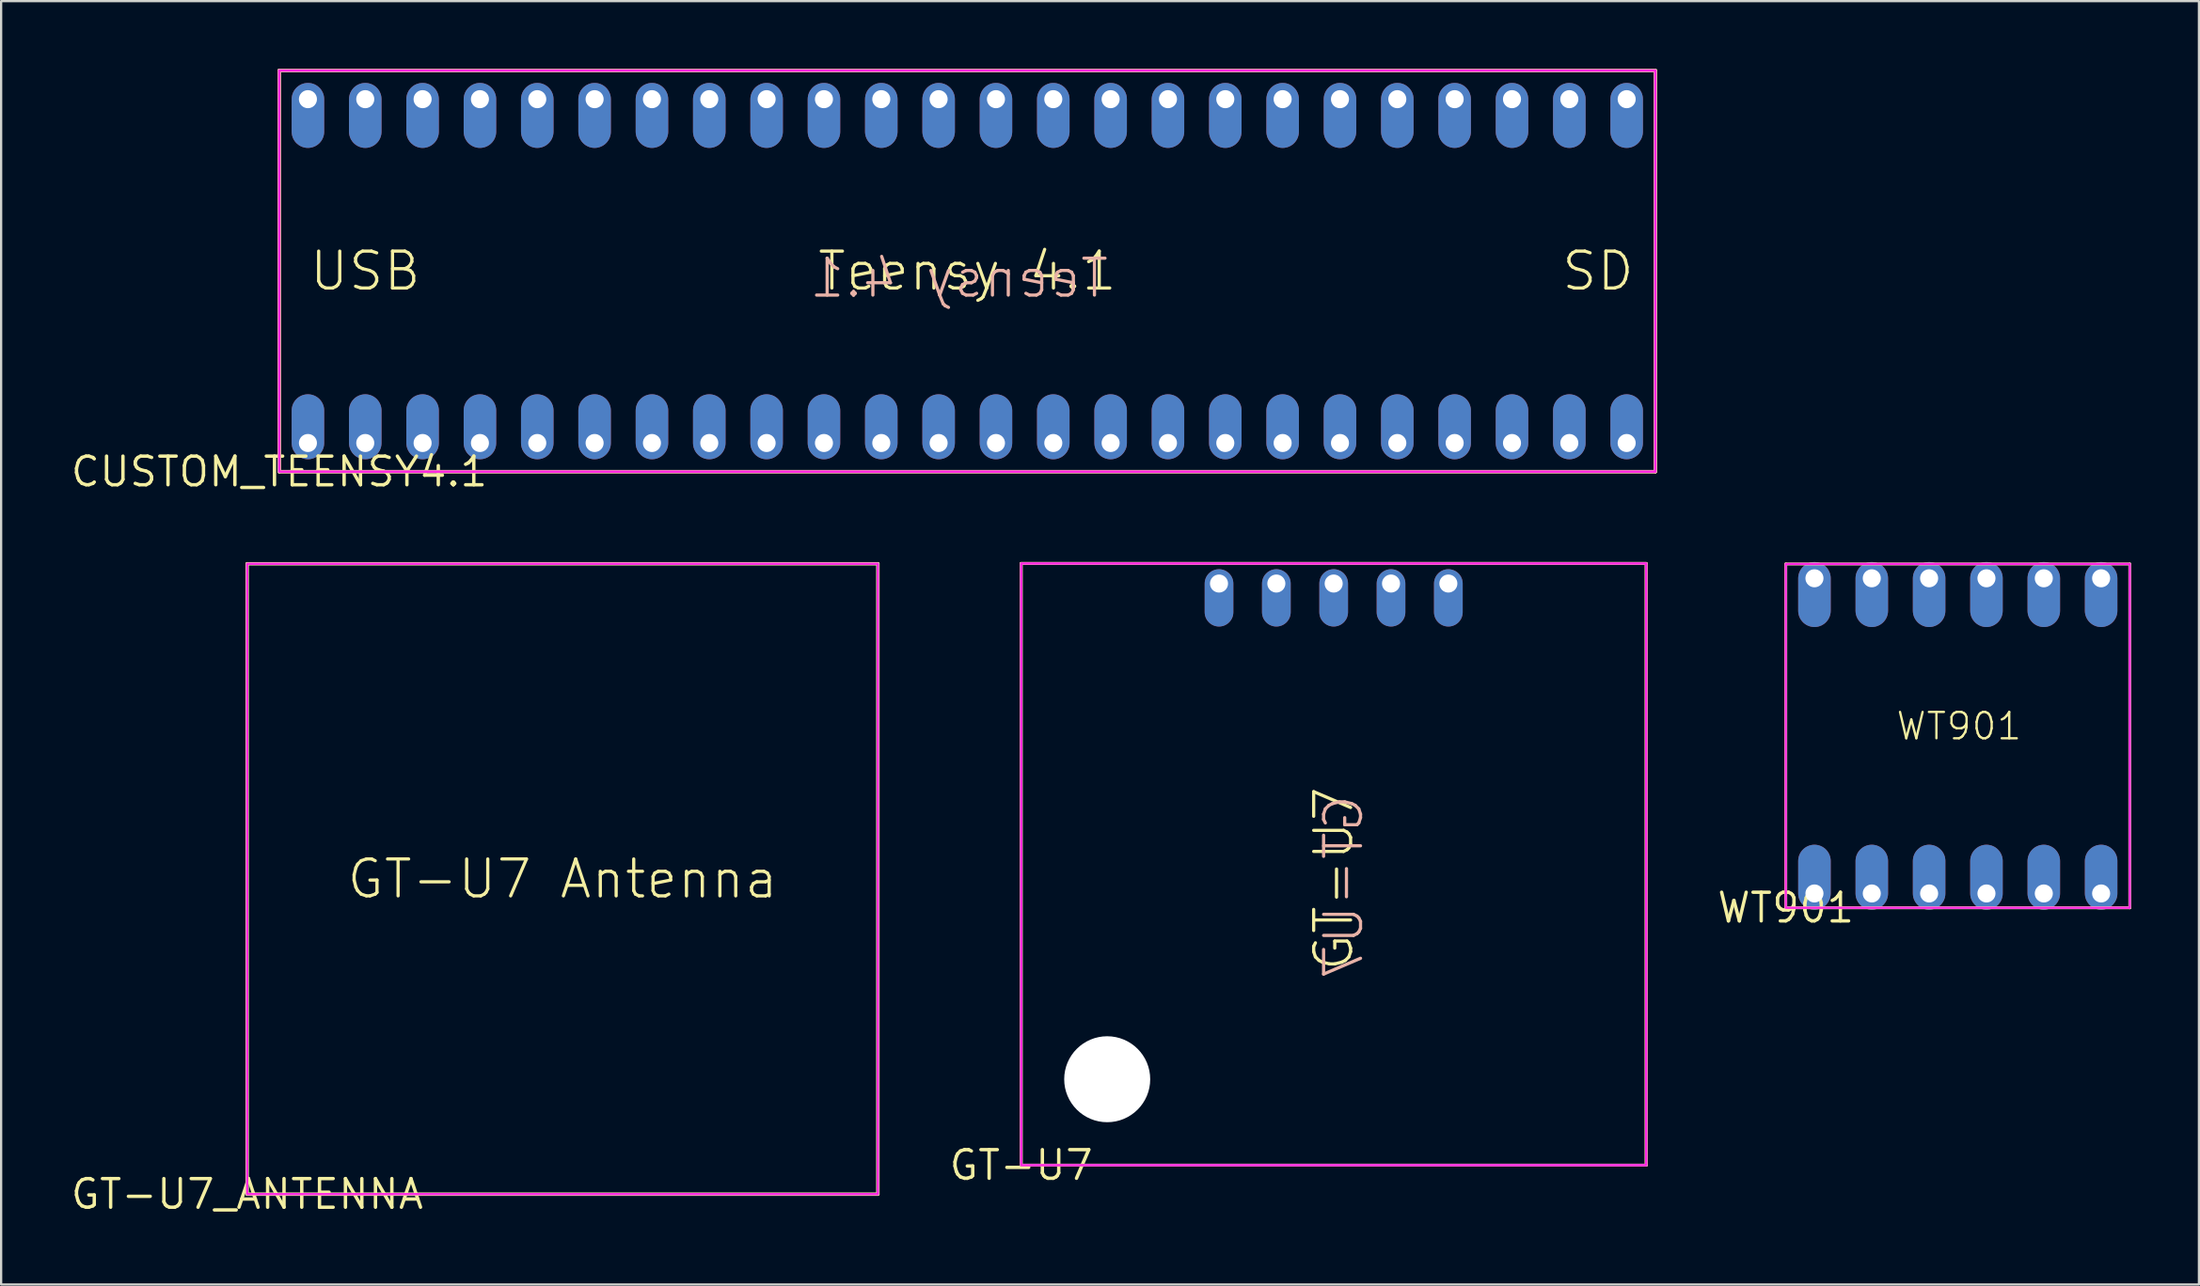
<source format=kicad_pcb>
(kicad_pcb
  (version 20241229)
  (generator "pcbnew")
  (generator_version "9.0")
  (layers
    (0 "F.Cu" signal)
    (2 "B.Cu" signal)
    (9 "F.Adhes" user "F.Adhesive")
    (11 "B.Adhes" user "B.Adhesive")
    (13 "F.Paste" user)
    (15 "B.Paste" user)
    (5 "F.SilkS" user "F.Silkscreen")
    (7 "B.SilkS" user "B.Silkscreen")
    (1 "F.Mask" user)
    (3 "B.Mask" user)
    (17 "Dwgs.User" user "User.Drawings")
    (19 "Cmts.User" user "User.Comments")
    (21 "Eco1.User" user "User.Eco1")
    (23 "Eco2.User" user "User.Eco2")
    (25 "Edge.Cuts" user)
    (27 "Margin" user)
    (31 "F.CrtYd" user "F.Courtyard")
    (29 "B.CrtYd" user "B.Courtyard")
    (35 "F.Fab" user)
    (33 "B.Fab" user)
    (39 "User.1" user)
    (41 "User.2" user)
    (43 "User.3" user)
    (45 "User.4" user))
  (footprint "GT-U7"
    (layer "F.Cu")
    (at 42.189 48.596)
    (property "Reference" "GT-U7" (at 0 0 0) (layer "F.SilkS") (effects (font (size 1.27 1.27) (thickness 0.15))))
    (fp_line (start 0 -26.67) (end 27.686 -26.67) (stroke (width 0.127) (type solid)) (layer "F.SilkS"))
    (fp_line (start 0 0) (end 0 -26.67) (stroke (width 0.127) (type solid)) (layer "F.SilkS"))
    (fp_line (start 27.686 -26.67) (end 27.686 0) (stroke (width 0.127) (type solid)) (layer "F.SilkS"))
    (fp_line (start 27.686 0) (end 0 0) (stroke (width 0.127) (type solid)) (layer "F.SilkS"))
    (fp_line (start 0 -26.67) (end 27.686 -26.67) (stroke (width 0.127) (type solid)) (layer "B.SilkS"))
    (fp_line (start 0 0) (end 0 -26.67) (stroke (width 0.127) (type solid)) (layer "B.SilkS"))
    (fp_line (start 27.686 -26.67) (end 27.686 0) (stroke (width 0.127) (type solid)) (layer "B.SilkS"))
    (fp_line (start 27.686 0) (end 0 0) (stroke (width 0.127) (type solid)) (layer "B.SilkS"))
    (fp_poly (pts (xy 0 0) (xy 27.686 0) (xy 27.686 -26.67) (xy 0 -26.67)) (stroke (width 0.1) (type default)) (fill no) (layer "F.CrtYd"))
    (fp_text user "GT-U7" (at 13.843 -12.7 270) (layer "F.SilkS") (effects (font (size 1.636 1.636) (thickness 0.142))))
    (fp_text user "GT-U7" (at 15.24 -16.51 90) (unlocked yes) (layer "B.SilkS") (effects (font (size 1.636 1.636) (thickness 0.142)) (justify left bottom mirror)))
    (pad "" np_thru_hole circle (at 3.81 -3.81) (size 3.81 3.81) (drill 3.81) (layers "*.Cu" "*.Mask"))
    (pad "GND" thru_hole oval (at 11.303 -25.781 270) (size 2.54 1.27) (drill 0.8 (offset 0.635 0)) (layers "*.Cu" "*.Mask"))
    (pad "RX" thru_hole oval (at 13.843 -25.781 270) (size 2.54 1.27) (drill 0.8 (offset 0.635 0)) (layers "*.Cu" "*.Mask"))
    (pad "TX" thru_hole oval (at 16.383 -25.781 270) (size 2.54 1.27) (drill 0.8 (offset 0.635 0)) (layers "*.Cu" "*.Mask"))
    (pad "U" thru_hole oval (at 18.923 -25.781 270) (size 2.54 1.27) (drill 0.8 (offset 0.635 0)) (layers "*.Cu" "*.Mask"))
    (pad "VCC" thru_hole oval (at 8.763 -25.781 270) (size 2.54 1.27) (drill 0.8 (offset 0.635 0)) (layers "*.Cu" "*.Mask")))
  (footprint "GT-U7_ANTENNA"
    (layer "F.Cu")
    (at 7.899 49.879)
    (property "Reference" "GT-U7_ANTENNA" (at 0 0 0) (layer "F.SilkS") (effects (font (size 1.27 1.27) (thickness 0.15))))
    (fp_line (start 0 -27.94) (end 27.94 -27.94) (stroke (width 0.152) (type solid)) (layer "F.SilkS"))
    (fp_line (start 0 0) (end 0 -27.94) (stroke (width 0.152) (type solid)) (layer "F.SilkS"))
    (fp_line (start 27.94 -27.94) (end 27.94 0) (stroke (width 0.152) (type solid)) (layer "F.SilkS"))
    (fp_line (start 27.94 0) (end 0 0) (stroke (width 0.152) (type solid)) (layer "F.SilkS"))
    (fp_poly (pts (xy 0 0) (xy 27.94 0) (xy 27.94 -27.94) (xy 0 -27.94)) (stroke (width 0.1) (type default)) (fill no) (layer "F.CrtYd"))
    (fp_text user "GT-U7 Antenna" (at 13.97 -13.97 0) (layer "F.SilkS") (effects (font (size 1.636 1.636) (thickness 0.142)))))
  (footprint "WT901"
    (layer "F.Cu")
    (at 76.06 37.187)
    (property "Reference" "WT901" (at 0 0 0) (layer "F.SilkS") (effects (font (size 1.27 1.27) (thickness 0.15))))
    (fp_line (start 0 -15.24) (end 0 0) (stroke (width 0.127) (type solid)) (layer "F.SilkS"))
    (fp_line (start 0 0) (end 15.24 0) (stroke (width 0.127) (type solid)) (layer "F.SilkS"))
    (fp_line (start 15.24 -15.24) (end 0 -15.24) (stroke (width 0.127) (type solid)) (layer "F.SilkS"))
    (fp_line (start 15.24 0) (end 15.24 -15.24) (stroke (width 0.127) (type solid)) (layer "F.SilkS"))
    (fp_poly (pts (xy 0 0) (xy 15.24 0) (xy 15.24 -15.24) (xy 0 -15.24)) (stroke (width 0.1) (type default)) (fill no) (layer "F.CrtYd"))
    (fp_text user "WT901" (at 4.826 -7.366 0) (layer "F.SilkS") (effects (font (size 1.168 1.168) (thickness 0.102)) (justify left bottom)))
    (pad "D0" thru_hole oval (at 13.97 -14.605 270) (size 2.88 1.44) (drill 0.8 (offset 0.72 0)) (layers "*.Cu" "*.Mask"))
    (pad "D1" thru_hole oval (at 1.27 -14.605 270) (size 2.88 1.44) (drill 0.8 (offset 0.72 0)) (layers "*.Cu" "*.Mask"))
    (pad "D2" thru_hole oval (at 13.97 -0.635 90) (size 2.88 1.44) (drill 0.8 (offset 0.72 0)) (layers "*.Cu" "*.Mask"))
    (pad "D3" thru_hole oval (at 1.27 -0.635 90) (size 2.88 1.44) (drill 0.8 (offset 0.72 0)) (layers "*.Cu" "*.Mask"))
    (pad "GND1" thru_hole oval (at 3.81 -14.605 270) (size 2.88 1.44) (drill 0.8 (offset 0.72 0)) (layers "*.Cu" "*.Mask"))
    (pad "GND2" thru_hole oval (at 3.81 -0.635 90) (size 2.88 1.44) (drill 0.8 (offset 0.72 0)) (layers "*.Cu" "*.Mask"))
    (pad "RX" thru_hole oval (at 8.89 -14.605 270) (size 2.88 1.44) (drill 0.8 (offset 0.72 0)) (layers "*.Cu" "*.Mask"))
    (pad "SCL" thru_hole oval (at 8.89 -0.635 90) (size 2.88 1.44) (drill 0.8 (offset 0.72 0)) (layers "*.Cu" "*.Mask"))
    (pad "SDA" thru_hole oval (at 6.35 -0.635 90) (size 2.88 1.44) (drill 0.8 (offset 0.72 0)) (layers "*.Cu" "*.Mask"))
    (pad "TX" thru_hole oval (at 6.35 -14.605 270) (size 2.88 1.44) (drill 0.8 (offset 0.72 0)) (layers "*.Cu" "*.Mask"))
    (pad "VCC1" thru_hole oval (at 11.43 -14.605 270) (size 2.88 1.44) (drill 0.8 (offset 0.72 0)) (layers "*.Cu" "*.Mask"))
    (pad "VCC2" thru_hole oval (at 11.43 -0.635 90) (size 2.88 1.44) (drill 0.8 (offset 0.72 0)) (layers "*.Cu" "*.Mask")))
  (footprint "CUSTOM_TEENSY4.1"
    (layer "F.Cu")
    (at 9.321 17.856)
    (property "Reference" "CUSTOM_TEENSY4.1" (at 0 0 0) (layer "F.SilkS") (effects (font (size 1.27 1.27) (thickness 0.15))))
    (fp_line (start 0 -17.78) (end 0 0) (stroke (width 0.152) (type solid)) (layer "F.SilkS"))
    (fp_line (start 0 0) (end 60.96 0) (stroke (width 0.152) (type solid)) (layer "F.SilkS"))
    (fp_line (start 60.96 -17.78) (end 0 -17.78) (stroke (width 0.152) (type solid)) (layer "F.SilkS"))
    (fp_line (start 60.96 0) (end 60.96 -17.78) (stroke (width 0.152) (type solid)) (layer "F.SilkS"))
    (fp_line (start 0 -17.78) (end 0 0) (stroke (width 0.152) (type solid)) (layer "B.SilkS"))
    (fp_line (start 0 0) (end 60.96 0) (stroke (width 0.152) (type solid)) (layer "B.SilkS"))
    (fp_line (start 60.96 -17.78) (end 0 -17.78) (stroke (width 0.152) (type solid)) (layer "B.SilkS"))
    (fp_line (start 60.96 0) (end 60.96 -17.78) (stroke (width 0.152) (type solid)) (layer "B.SilkS"))
    (fp_poly (pts (xy 0 0) (xy 60.96 0) (xy 60.96 -17.78) (xy 0 -17.78)) (stroke (width 0.1) (type default)) (fill no) (layer "F.CrtYd"))
    (fp_text user "Teensy 4.1" (at 30.48 -8.89 0) (layer "F.SilkS") (effects (font (size 1.636 1.636) (thickness 0.142))))
    (fp_text user "SD" (at 58.42 -8.89 0) (layer "F.SilkS") (effects (font (size 1.636 1.636) (thickness 0.142))))
    (fp_text user "USB" (at 3.81 -8.89 0) (layer "F.SilkS") (effects (font (size 1.636 1.636) (thickness 0.142))))
    (fp_text user "Teensy 4.1" (at 36.83 -7.62 0) (unlocked yes) (layer "B.SilkS") (effects (font (size 1.636 1.636) (thickness 0.142)) (justify left bottom mirror)))
    (pad "0" thru_hole oval (at 3.81 -1.27 90) (size 2.88 1.44) (drill 0.8 (offset 0.72 0)) (layers "*.Cu" "*.Mask"))
    (pad "1" thru_hole oval (at 6.35 -1.27 90) (size 2.88 1.44) (drill 0.8 (offset 0.72 0)) (layers "*.Cu" "*.Mask"))
    (pad "2" thru_hole oval (at 8.89 -1.27 90) (size 2.88 1.44) (drill 0.8 (offset 0.72 0)) (layers "*.Cu" "*.Mask"))
    (pad "3" thru_hole oval (at 11.43 -1.27 90) (size 2.88 1.44) (drill 0.8 (offset 0.72 0)) (layers "*.Cu" "*.Mask"))
    (pad "3VA" thru_hole oval (at 36.83 -1.27 90) (size 2.88 1.44) (drill 0.8 (offset 0.72 0)) (layers "*.Cu" "*.Mask"))
    (pad "3VB" thru_hole oval (at 6.35 -16.51 270) (size 2.88 1.44) (drill 0.8 (offset 0.72 0)) (layers "*.Cu" "*.Mask"))
    (pad "4" thru_hole oval (at 13.97 -1.27 90) (size 2.88 1.44) (drill 0.8 (offset 0.72 0)) (layers "*.Cu" "*.Mask"))
    (pad "5" thru_hole oval (at 16.51 -1.27 90) (size 2.88 1.44) (drill 0.8 (offset 0.72 0)) (layers "*.Cu" "*.Mask"))
    (pad "5VA" thru_hole oval (at 1.27 -16.51 270) (size 2.88 1.44) (drill 0.8 (offset 0.72 0)) (layers "*.Cu" "*.Mask"))
    (pad "6" thru_hole oval (at 19.05 -1.27 90) (size 2.88 1.44) (drill 0.8 (offset 0.72 0)) (layers "*.Cu" "*.Mask"))
    (pad "7" thru_hole oval (at 21.59 -1.27 90) (size 2.88 1.44) (drill 0.8 (offset 0.72 0)) (layers "*.Cu" "*.Mask"))
    (pad "8" thru_hole oval (at 24.13 -1.27 90) (size 2.88 1.44) (drill 0.8 (offset 0.72 0)) (layers "*.Cu" "*.Mask"))
    (pad "9" thru_hole oval (at 26.67 -1.27 90) (size 2.88 1.44) (drill 0.8 (offset 0.72 0)) (layers "*.Cu" "*.Mask"))
    (pad "10" thru_hole oval (at 29.21 -1.27 90) (size 2.88 1.44) (drill 0.8 (offset 0.72 0)) (layers "*.Cu" "*.Mask"))
    (pad "11" thru_hole oval (at 31.75 -1.27 90) (size 2.88 1.44) (drill 0.8 (offset 0.72 0)) (layers "*.Cu" "*.Mask"))
    (pad "12" thru_hole oval (at 34.29 -1.27 90) (size 2.88 1.44) (drill 0.8 (offset 0.72 0)) (layers "*.Cu" "*.Mask"))
    (pad "13" thru_hole oval (at 34.29 -16.51 270) (size 2.88 1.44) (drill 0.8 (offset 0.72 0)) (layers "*.Cu" "*.Mask"))
    (pad "14" thru_hole oval (at 31.75 -16.51 270) (size 2.88 1.44) (drill 0.8 (offset 0.72 0)) (layers "*.Cu" "*.Mask"))
    (pad "15" thru_hole oval (at 29.21 -16.51 270) (size 2.88 1.44) (drill 0.8 (offset 0.72 0)) (layers "*.Cu" "*.Mask"))
    (pad "16" thru_hole oval (at 26.67 -16.51 270) (size 2.88 1.44) (drill 0.8 (offset 0.72 0)) (layers "*.Cu" "*.Mask"))
    (pad "17" thru_hole oval (at 24.13 -16.51 270) (size 2.88 1.44) (drill 0.8 (offset 0.72 0)) (layers "*.Cu" "*.Mask"))
    (pad "18" thru_hole oval (at 21.59 -16.51 270) (size 2.88 1.44) (drill 0.8 (offset 0.72 0)) (layers "*.Cu" "*.Mask"))
    (pad "19" thru_hole oval (at 19.05 -16.51 270) (size 2.88 1.44) (drill 0.8 (offset 0.72 0)) (layers "*.Cu" "*.Mask"))
    (pad "20" thru_hole oval (at 16.51 -16.51 270) (size 2.88 1.44) (drill 0.8 (offset 0.72 0)) (layers "*.Cu" "*.Mask"))
    (pad "21" thru_hole oval (at 13.97 -16.51 270) (size 2.88 1.44) (drill 0.8 (offset 0.72 0)) (layers "*.Cu" "*.Mask"))
    (pad "22" thru_hole oval (at 11.43 -16.51 270) (size 2.88 1.44) (drill 0.8 (offset 0.72 0)) (layers "*.Cu" "*.Mask"))
    (pad "23" thru_hole oval (at 8.89 -16.51 270) (size 2.88 1.44) (drill 0.8 (offset 0.72 0)) (layers "*.Cu" "*.Mask"))
    (pad "24" thru_hole oval (at 39.37 -1.27 90) (size 2.88 1.44) (drill 0.8 (offset 0.72 0)) (layers "*.Cu" "*.Mask"))
    (pad "25" thru_hole oval (at 41.91 -1.27 90) (size 2.88 1.44) (drill 0.8 (offset 0.72 0)) (layers "*.Cu" "*.Mask"))
    (pad "26" thru_hole oval (at 44.45 -1.27 90) (size 2.88 1.44) (drill 0.8 (offset 0.72 0)) (layers "*.Cu" "*.Mask"))
    (pad "27" thru_hole oval (at 46.99 -1.27 90) (size 2.88 1.44) (drill 0.8 (offset 0.72 0)) (layers "*.Cu" "*.Mask"))
    (pad "28" thru_hole oval (at 49.53 -1.27 90) (size 2.88 1.44) (drill 0.8 (offset 0.72 0)) (layers "*.Cu" "*.Mask"))
    (pad "29" thru_hole oval (at 52.07 -1.27 90) (size 2.88 1.44) (drill 0.8 (offset 0.72 0)) (layers "*.Cu" "*.Mask"))
    (pad "30" thru_hole oval (at 54.61 -1.27 90) (size 2.88 1.44) (drill 0.8 (offset 0.72 0)) (layers "*.Cu" "*.Mask"))
    (pad "31" thru_hole oval (at 57.15 -1.27 90) (size 2.88 1.44) (drill 0.8 (offset 0.72 0)) (layers "*.Cu" "*.Mask"))
    (pad "32" thru_hole oval (at 59.69 -1.27 90) (size 2.88 1.44) (drill 0.8 (offset 0.72 0)) (layers "*.Cu" "*.Mask"))
    (pad "33" thru_hole oval (at 59.69 -16.51 270) (size 2.88 1.44) (drill 0.8 (offset 0.72 0)) (layers "*.Cu" "*.Mask"))
    (pad "34" thru_hole oval (at 57.15 -16.51 270) (size 2.88 1.44) (drill 0.8 (offset 0.72 0)) (layers "*.Cu" "*.Mask"))
    (pad "35" thru_hole oval (at 54.61 -16.51 270) (size 2.88 1.44) (drill 0.8 (offset 0.72 0)) (layers "*.Cu" "*.Mask"))
    (pad "36" thru_hole oval (at 52.07 -16.51 270) (size 2.88 1.44) (drill 0.8 (offset 0.72 0)) (layers "*.Cu" "*.Mask"))
    (pad "37" thru_hole oval (at 49.53 -16.51 270) (size 2.88 1.44) (drill 0.8 (offset 0.72 0)) (layers "*.Cu" "*.Mask"))
    (pad "38" thru_hole oval (at 46.99 -16.51 270) (size 2.88 1.44) (drill 0.8 (offset 0.72 0)) (layers "*.Cu" "*.Mask"))
    (pad "39" thru_hole oval (at 44.45 -16.51 270) (size 2.88 1.44) (drill 0.8 (offset 0.72 0)) (layers "*.Cu" "*.Mask"))
    (pad "40" thru_hole oval (at 41.91 -16.51 270) (size 2.88 1.44) (drill 0.8 (offset 0.72 0)) (layers "*.Cu" "*.Mask"))
    (pad "41" thru_hole oval (at 39.37 -16.51 270) (size 2.88 1.44) (drill 0.8 (offset 0.72 0)) (layers "*.Cu" "*.Mask"))
    (pad "GNDA" thru_hole oval (at 1.27 -1.27 90) (size 2.88 1.44) (drill 0.8 (offset 0.72 0)) (layers "*.Cu" "*.Mask"))
    (pad "GNDB" thru_hole oval (at 3.81 -16.51 270) (size 2.88 1.44) (drill 0.8 (offset 0.72 0)) (layers "*.Cu" "*.Mask"))
    (pad "GNDC" thru_hole oval (at 36.83 -16.51 270) (size 2.88 1.44) (drill 0.8 (offset 0.72 0)) (layers "*.Cu" "*.Mask")))
  (gr_rect
    (start -3 -3)
    (end 94.363 53.885)
    (stroke (width 0.1) (type default))
    (fill no)
    (layer "Edge.Cuts")))
</source>
